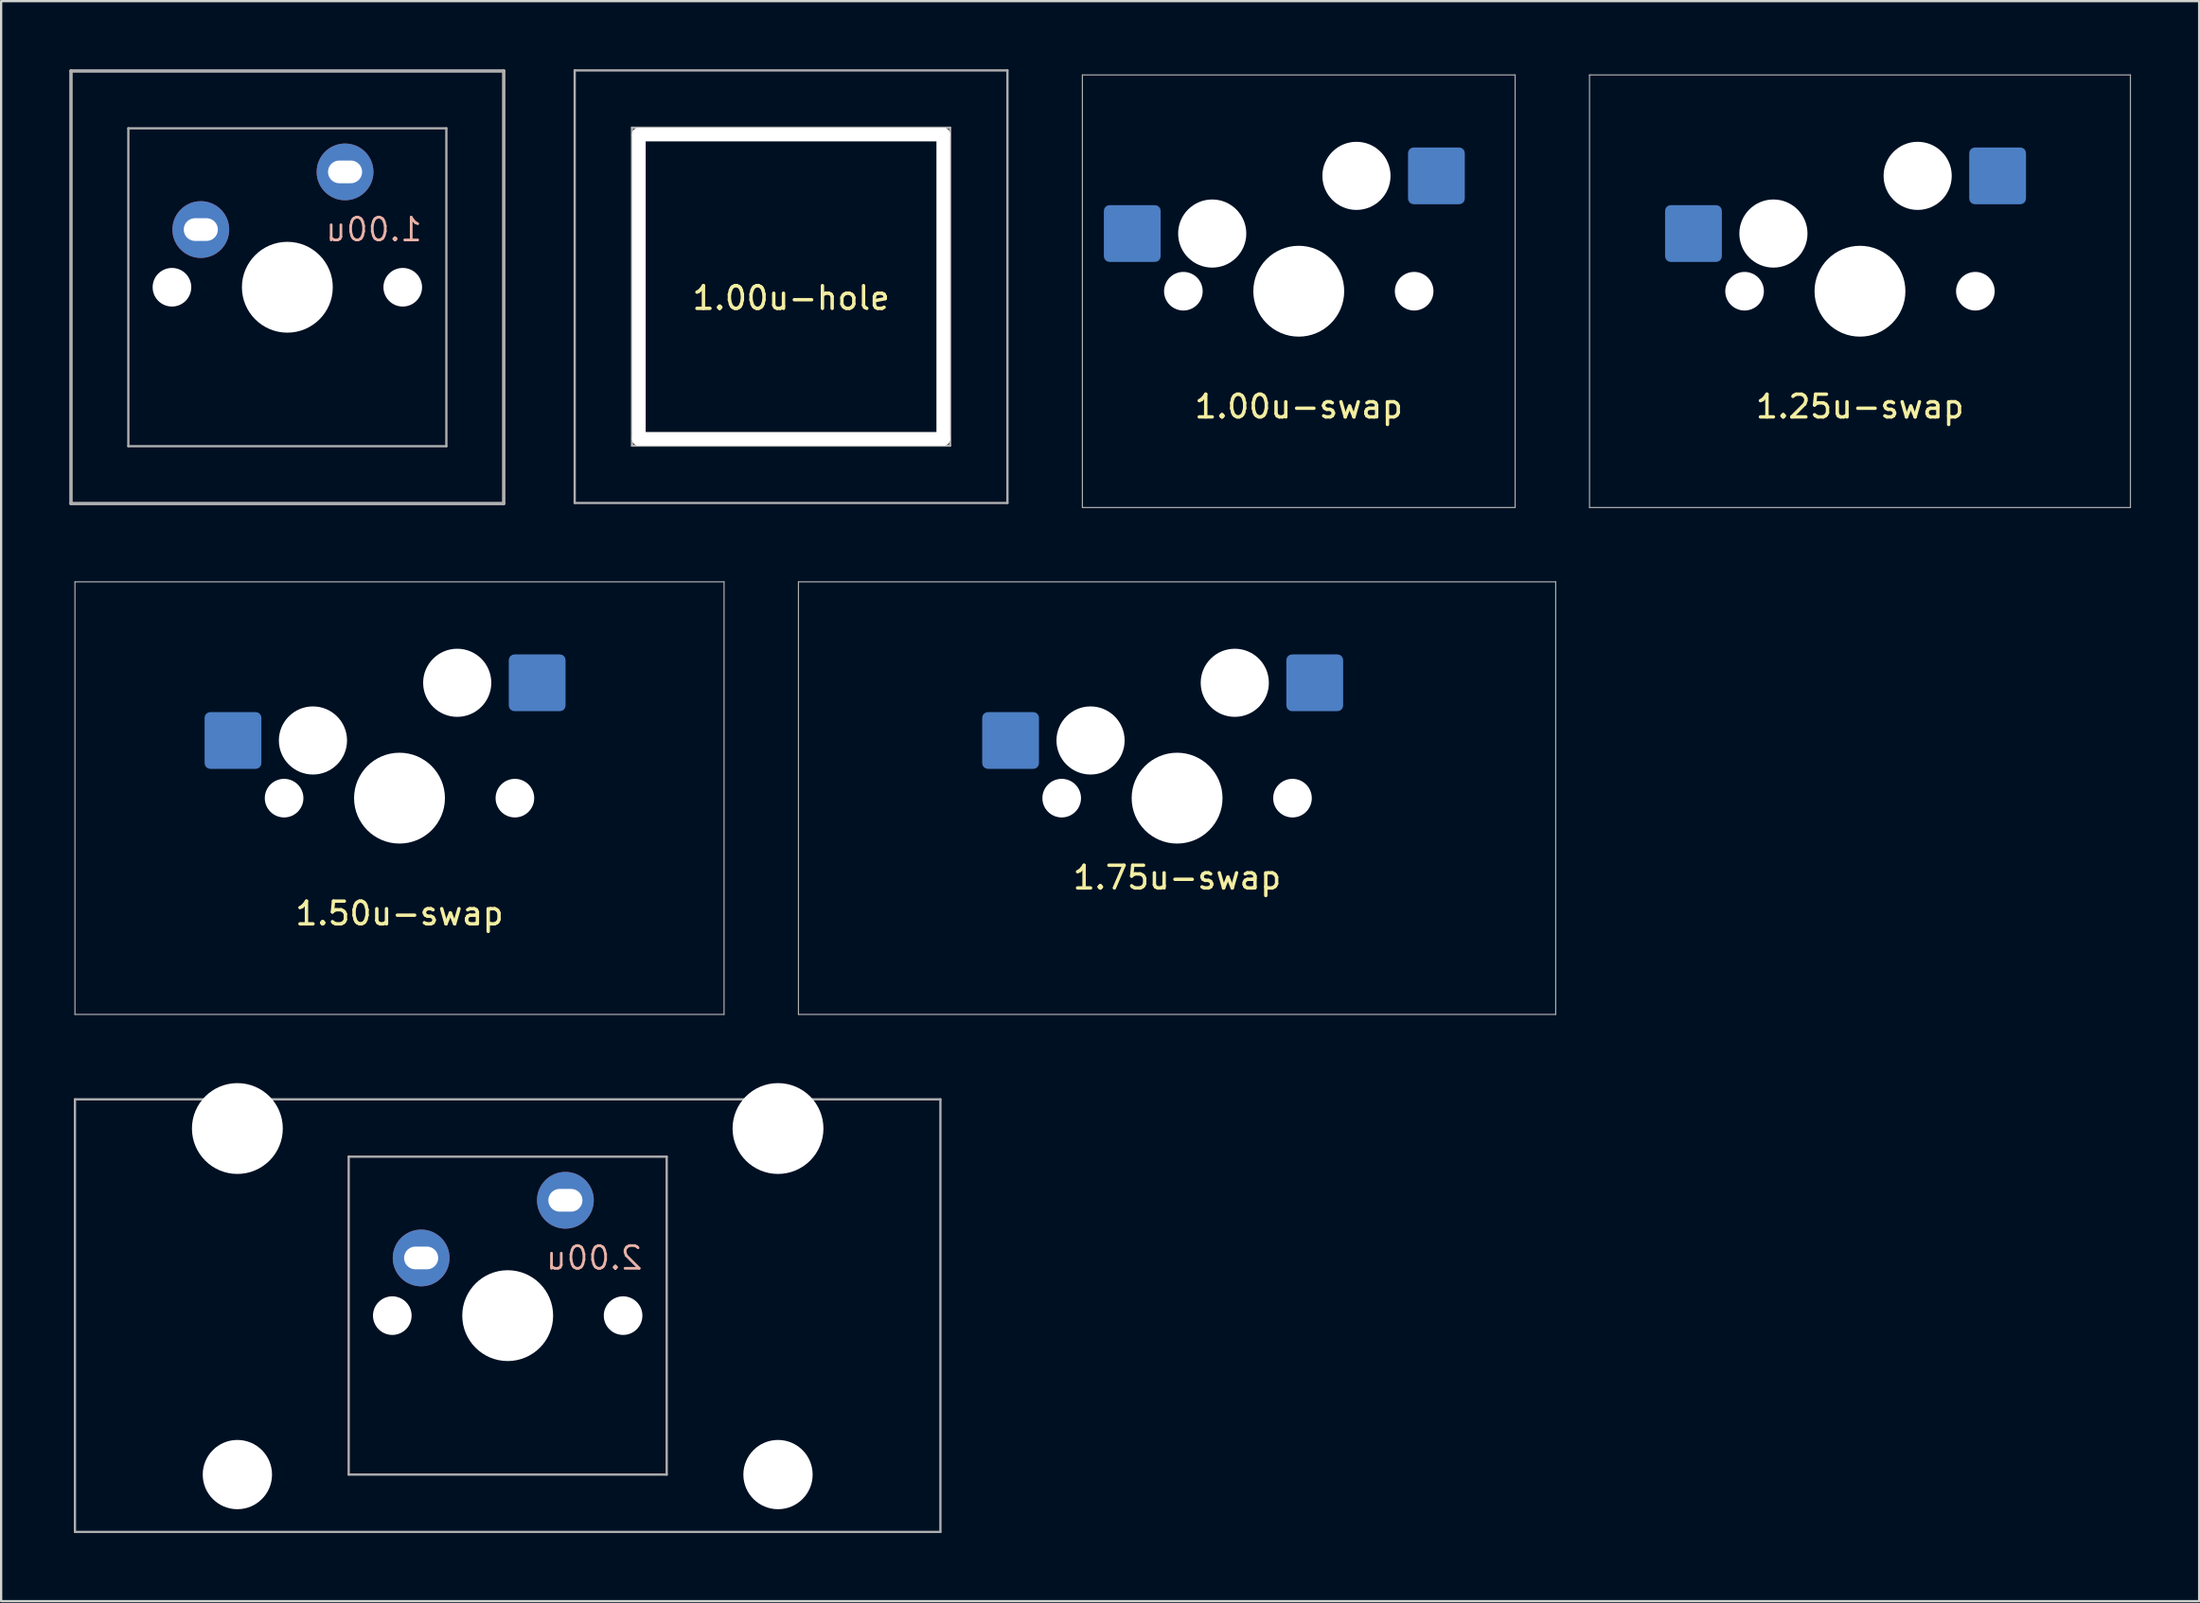
<source format=kicad_pcb>
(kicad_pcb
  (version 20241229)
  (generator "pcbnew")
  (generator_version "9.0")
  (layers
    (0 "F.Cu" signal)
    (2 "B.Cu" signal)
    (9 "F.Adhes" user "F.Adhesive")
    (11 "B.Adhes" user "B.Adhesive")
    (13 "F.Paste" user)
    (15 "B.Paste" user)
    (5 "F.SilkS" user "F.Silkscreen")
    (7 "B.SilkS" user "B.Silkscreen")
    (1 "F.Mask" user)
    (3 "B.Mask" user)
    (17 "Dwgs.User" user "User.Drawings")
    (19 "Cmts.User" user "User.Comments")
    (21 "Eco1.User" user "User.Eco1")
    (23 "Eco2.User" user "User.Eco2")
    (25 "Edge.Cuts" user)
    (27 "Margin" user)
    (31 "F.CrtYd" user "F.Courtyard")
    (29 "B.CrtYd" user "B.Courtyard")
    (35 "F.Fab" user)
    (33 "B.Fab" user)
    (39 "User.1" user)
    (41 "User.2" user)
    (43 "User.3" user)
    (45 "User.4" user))
  (footprint "1.00u-hole"
    (layer "F.Cu")
    (at 31.775 9.575)
    (property "Reference" "1.00u-hole" (at 0 0.5 0) (layer "F.SilkS") (effects (font (size 1 1) (thickness 0.15))))
    (attr through_hole)
    (fp_line (start -9.525 -9.525) (end -9.525 9.525) (stroke (width 0.1) (type solid)) (layer "F.Fab"))
    (fp_line (start -9.525 -9.525) (end 9.525 -9.525) (stroke (width 0.1) (type solid)) (layer "F.Fab"))
    (fp_line (start -9.525 9.525) (end 9.525 9.525) (stroke (width 0.1) (type solid)) (layer "F.Fab"))
    (fp_line (start -7 -7) (end -7 7) (stroke (width 0.1) (type solid)) (layer "F.Fab"))
    (fp_line (start -7 -7) (end 7 -7) (stroke (width 0.1) (type solid)) (layer "F.Fab"))
    (fp_line (start -7 7) (end 7 7) (stroke (width 0.1) (type solid)) (layer "F.Fab"))
    (fp_line (start 7 -7) (end 7 7) (stroke (width 0.1) (type solid)) (layer "F.Fab"))
    (fp_line (start 9.525 -9.525) (end 9.525 9.525) (stroke (width 0.1) (type solid)) (layer "F.Fab"))
    (pad "" np_thru_hole oval (at -6.7 0) (size 0.6 14) (drill oval 0.6 14) (layers "*.Cu" "*.Mask"))
    (pad "" np_thru_hole oval (at 0 -6.7 90) (size 0.6 14) (drill oval 0.6 14) (layers "*.Cu" "*.Mask"))
    (pad "" np_thru_hole oval (at 0 6.7 90) (size 0.6 14) (drill oval 0.6 14) (layers "*.Cu" "*.Mask"))
    (pad "" np_thru_hole oval (at 6.7 0) (size 0.6 14) (drill oval 0.6 14) (layers "*.Cu" "*.Mask")))
  (footprint "1.25u-swap"
    (layer "F.Cu")
    (at 66.925 0.25)
    (property "Reference" "1.25u-swap" (at 11.906 14.605 0) (layer "F.SilkS") (effects (font (size 1 1) (thickness 0.15))))
    (attr through_hole)
    (fp_line (start 0 0) (end 0 19.05) (stroke (width 0.05) (type solid)) (layer "F.Fab"))
    (fp_line (start 0 0) (end 23.812 0) (stroke (width 0.05) (type solid)) (layer "F.Fab"))
    (fp_line (start 0 19.05) (end 23.812 19.05) (stroke (width 0.05) (type solid)) (layer "F.Fab"))
    (fp_line (start 23.812 0) (end 23.812 19.05) (stroke (width 0.05) (type solid)) (layer "F.Fab"))
    (pad "" np_thru_hole circle (at 6.826 9.525) (size 1.7 1.7) (drill 1.7) (layers "*.Cu" "*.Mask"))
    (pad "" np_thru_hole circle (at 8.096 6.985) (size 3 3) (drill 3) (layers "*.Cu" "*.Mask"))
    (pad "" np_thru_hole circle (at 11.906 9.525) (size 4 4) (drill 4) (layers "*.Cu" "*.Mask"))
    (pad "" np_thru_hole circle (at 14.446 4.445) (size 3 3) (drill 3) (layers "*.Cu" "*.Mask"))
    (pad "" np_thru_hole circle (at 16.986 9.525) (size 1.7 1.7) (drill 1.7) (layers "*.Cu" "*.Mask"))
    (pad "1" smd roundrect (at 4.576 6.985) (size 2.5 2.5) (layers "B.Cu" "B.Mask" "B.Paste") (roundrect_rratio 0.1))
    (pad "2" smd roundrect (at 17.966 4.445) (size 2.5 2.5) (layers "B.Cu" "B.Mask" "B.Paste") (roundrect_rratio 0.1)))
  (footprint "2.00u"
    (layer "F.Cu")
    (at 0.25 45.365)
    (property "Reference" "2.00u" (at 22.86 6.985 0) (layer "B.SilkS") (effects (font (size 1 1) (thickness 0.12)) (justify mirror)))
    (attr through_hole)
    (fp_line (start 0 0) (end 0 19.05) (stroke (width 0.1) (type solid)) (layer "F.Fab"))
    (fp_line (start 0 0) (end 38.1 0) (stroke (width 0.1) (type solid)) (layer "F.Fab"))
    (fp_line (start 0 19.05) (end 38.1 19.05) (stroke (width 0.1) (type solid)) (layer "F.Fab"))
    (fp_line (start 12.05 2.525) (end 12.05 16.525) (stroke (width 0.1) (type solid)) (layer "F.Fab"))
    (fp_line (start 12.05 16.525) (end 26.05 16.525) (stroke (width 0.1) (type solid)) (layer "F.Fab"))
    (fp_line (start 26.05 2.525) (end 12.05 2.525) (stroke (width 0.1) (type solid)) (layer "F.Fab"))
    (fp_line (start 26.05 16.525) (end 26.05 2.525) (stroke (width 0.1) (type solid)) (layer "F.Fab"))
    (fp_line (start 38.1 0) (end 38.1 19.05) (stroke (width 0.1) (type solid)) (layer "F.Fab"))
    (pad "" np_thru_hole circle (at 7.15 1.285) (size 4 4) (drill 4) (layers "*.Cu" "*.Mask"))
    (pad "" np_thru_hole circle (at 7.15 16.525) (size 3.05 3.05) (drill 3.05) (layers "*.Cu" "*.Mask"))
    (pad "" np_thru_hole circle (at 13.97 9.525) (size 1.7 1.7) (drill 1.7) (layers "*.Cu" "*.Mask"))
    (pad "" np_thru_hole circle (at 19.05 9.525) (size 4 4) (drill 4) (layers "*.Cu" "*.Mask"))
    (pad "" np_thru_hole circle (at 24.13 9.525) (size 1.7 1.7) (drill 1.7) (layers "*.Cu" "*.Mask"))
    (pad "" np_thru_hole circle (at 30.95 1.285) (size 4 4) (drill 4) (layers "*.Cu" "*.Mask"))
    (pad "" np_thru_hole circle (at 30.95 16.525) (size 3.05 3.05) (drill 3.05) (layers "*.Cu" "*.Mask"))
    (pad "1" thru_hole circle (at 15.24 6.985) (size 2.5 2.5) (drill oval 1.5 1) (layers "*.Cu" "B.Mask"))
    (pad "2" thru_hole circle (at 21.59 4.445) (size 2.5 2.5) (drill oval 1.5 1) (layers "*.Cu" "B.Mask")))
  (footprint "1.00u-swap"
    (layer "F.Cu")
    (at 44.6 0.25)
    (property "Reference" "1.00u-swap" (at 9.525 14.605 0) (layer "F.SilkS") (effects (font (size 1 1) (thickness 0.15))))
    (attr through_hole)
    (fp_line (start 0 0) (end 0 19.05) (stroke (width 0.05) (type solid)) (layer "F.Fab"))
    (fp_line (start 0 0) (end 19.05 0) (stroke (width 0.05) (type solid)) (layer "F.Fab"))
    (fp_line (start 0 19.05) (end 19.05 19.05) (stroke (width 0.05) (type solid)) (layer "F.Fab"))
    (fp_line (start 19.05 0) (end 19.05 19.05) (stroke (width 0.05) (type solid)) (layer "F.Fab"))
    (pad "" np_thru_hole circle (at 4.445 9.525) (size 1.7 1.7) (drill 1.7) (layers "*.Cu" "*.Mask"))
    (pad "" np_thru_hole circle (at 5.715 6.985) (size 3 3) (drill 3) (layers "*.Cu" "*.Mask"))
    (pad "" np_thru_hole circle (at 9.525 9.525) (size 4 4) (drill 4) (layers "*.Cu" "*.Mask"))
    (pad "" np_thru_hole circle (at 12.065 4.445) (size 3 3) (drill 3) (layers "*.Cu" "*.Mask"))
    (pad "" np_thru_hole circle (at 14.605 9.525) (size 1.7 1.7) (drill 1.7) (layers "*.Cu" "*.Mask"))
    (pad "1" smd roundrect (at 2.195 6.985) (size 2.5 2.5) (layers "B.Cu" "B.Mask" "B.Paste") (roundrect_rratio 0.1))
    (pad "2" smd roundrect (at 15.585 4.445) (size 2.5 2.5) (layers "B.Cu" "B.Mask" "B.Paste") (roundrect_rratio 0.1)))
  (footprint "1.50u-swap"
    (layer "F.Cu")
    (at 0.25 22.575)
    (property "Reference" "1.50u-swap" (at 14.287 14.605 0) (layer "F.SilkS") (effects (font (size 1 1) (thickness 0.15))))
    (attr through_hole)
    (fp_line (start 0 0) (end 0 19.05) (stroke (width 0.05) (type solid)) (layer "F.Fab"))
    (fp_line (start 0 0) (end 28.575 0) (stroke (width 0.05) (type solid)) (layer "F.Fab"))
    (fp_line (start 0 19.05) (end 28.575 19.05) (stroke (width 0.05) (type solid)) (layer "F.Fab"))
    (fp_line (start 28.575 0) (end 28.575 19.05) (stroke (width 0.05) (type solid)) (layer "F.Fab"))
    (pad "" np_thru_hole circle (at 9.207 9.525) (size 1.7 1.7) (drill 1.7) (layers "*.Cu" "*.Mask"))
    (pad "" np_thru_hole circle (at 10.477 6.985) (size 3 3) (drill 3) (layers "*.Cu" "*.Mask"))
    (pad "" np_thru_hole circle (at 14.287 9.525) (size 4 4) (drill 4) (layers "*.Cu" "*.Mask"))
    (pad "" np_thru_hole circle (at 16.828 4.445) (size 3 3) (drill 3) (layers "*.Cu" "*.Mask"))
    (pad "" np_thru_hole circle (at 19.367 9.525) (size 1.7 1.7) (drill 1.7) (layers "*.Cu" "*.Mask"))
    (pad "1" smd roundrect (at 6.957 6.985) (size 2.5 2.5) (layers "B.Cu" "B.Mask" "B.Paste") (roundrect_rratio 0.1))
    (pad "2" smd roundrect (at 20.348 4.445) (size 2.5 2.5) (layers "B.Cu" "B.Mask" "B.Paste") (roundrect_rratio 0.1)))
  (footprint "1.00u"
    (layer "F.Cu")
    (at 9.6 9.6)
    (property "Reference" "1.00u" (at 3.81 -2.54 0) (layer "B.SilkS") (effects (font (size 1 1) (thickness 0.12)) (justify mirror)))
    (attr through_hole)
    (fp_line (start -9.525 -9.525) (end -9.525 9.525) (stroke (width 0.15) (type solid)) (layer "F.Fab"))
    (fp_line (start -9.525 -9.525) (end 9.525 -9.525) (stroke (width 0.15) (type solid)) (layer "F.Fab"))
    (fp_line (start -9.525 9.525) (end 9.525 9.525) (stroke (width 0.15) (type solid)) (layer "F.Fab"))
    (fp_line (start -7 -7) (end -7 7) (stroke (width 0.1) (type solid)) (layer "F.Fab"))
    (fp_line (start -7 7) (end 7 7) (stroke (width 0.1) (type solid)) (layer "F.Fab"))
    (fp_line (start 7 -7) (end -7 -7) (stroke (width 0.1) (type solid)) (layer "F.Fab"))
    (fp_line (start 7 7) (end 7 -7) (stroke (width 0.1) (type solid)) (layer "F.Fab"))
    (fp_line (start 9.525 -9.525) (end 9.525 9.525) (stroke (width 0.15) (type solid)) (layer "F.Fab"))
    (pad "" np_thru_hole circle (at -5.08 0) (size 1.7 1.7) (drill 1.7) (layers "*.Cu" "*.Mask"))
    (pad "" np_thru_hole circle (at 0 0) (size 4 4) (drill 4) (layers "*.Cu" "*.Mask"))
    (pad "" np_thru_hole circle (at 5.08 0) (size 1.7 1.7) (drill 1.7) (layers "*.Cu" "*.Mask"))
    (pad "1" thru_hole circle (at -3.81 -2.54) (size 2.5 2.5) (drill oval 1.5 1) (layers "*.Cu" "B.Mask"))
    (pad "2" thru_hole circle (at 2.54 -5.08) (size 2.5 2.5) (drill oval 1.5 1) (layers "*.Cu" "B.Mask")))
  (footprint "1.75u-swap"
    (layer "F.Cu")
    (at 32.1 22.575)
    (property "Reference" "1.75u-swap" (at 16.669 13.025 0) (layer "F.SilkS") (effects (font (size 1 1) (thickness 0.15))))
    (attr through_hole)
    (fp_line (start 0 0) (end 0 19.05) (stroke (width 0.05) (type solid)) (layer "F.Fab"))
    (fp_line (start 0 0) (end 33.337 0) (stroke (width 0.05) (type solid)) (layer "F.Fab"))
    (fp_line (start 0 19.05) (end 33.337 19.05) (stroke (width 0.05) (type solid)) (layer "F.Fab"))
    (fp_line (start 33.337 0) (end 33.337 19.05) (stroke (width 0.05) (type solid)) (layer "F.Fab"))
    (pad "" np_thru_hole circle (at 11.589 9.525) (size 1.7 1.7) (drill 1.7) (layers "*.Cu" "*.Mask"))
    (pad "" np_thru_hole circle (at 12.859 6.985) (size 3 3) (drill 3) (layers "*.Cu" "*.Mask"))
    (pad "" np_thru_hole circle (at 16.669 9.525) (size 4 4) (drill 4) (layers "*.Cu" "*.Mask"))
    (pad "" np_thru_hole circle (at 19.209 4.445) (size 3 3) (drill 3) (layers "*.Cu" "*.Mask"))
    (pad "" np_thru_hole circle (at 21.749 9.525) (size 1.7 1.7) (drill 1.7) (layers "*.Cu" "*.Mask"))
    (pad "1" smd roundrect (at 9.339 6.985) (size 2.5 2.5) (layers "B.Cu" "B.Mask" "B.Paste") (roundrect_rratio 0.1))
    (pad "2" smd roundrect (at 22.729 4.445) (size 2.5 2.5) (layers "B.Cu" "B.Mask" "B.Paste") (roundrect_rratio 0.1)))
  (gr_rect
    (start -3 -3)
    (end 93.763 67.465)
    (stroke (width 0.1) (type default))
    (fill no)
    (layer "Edge.Cuts")))
</source>
